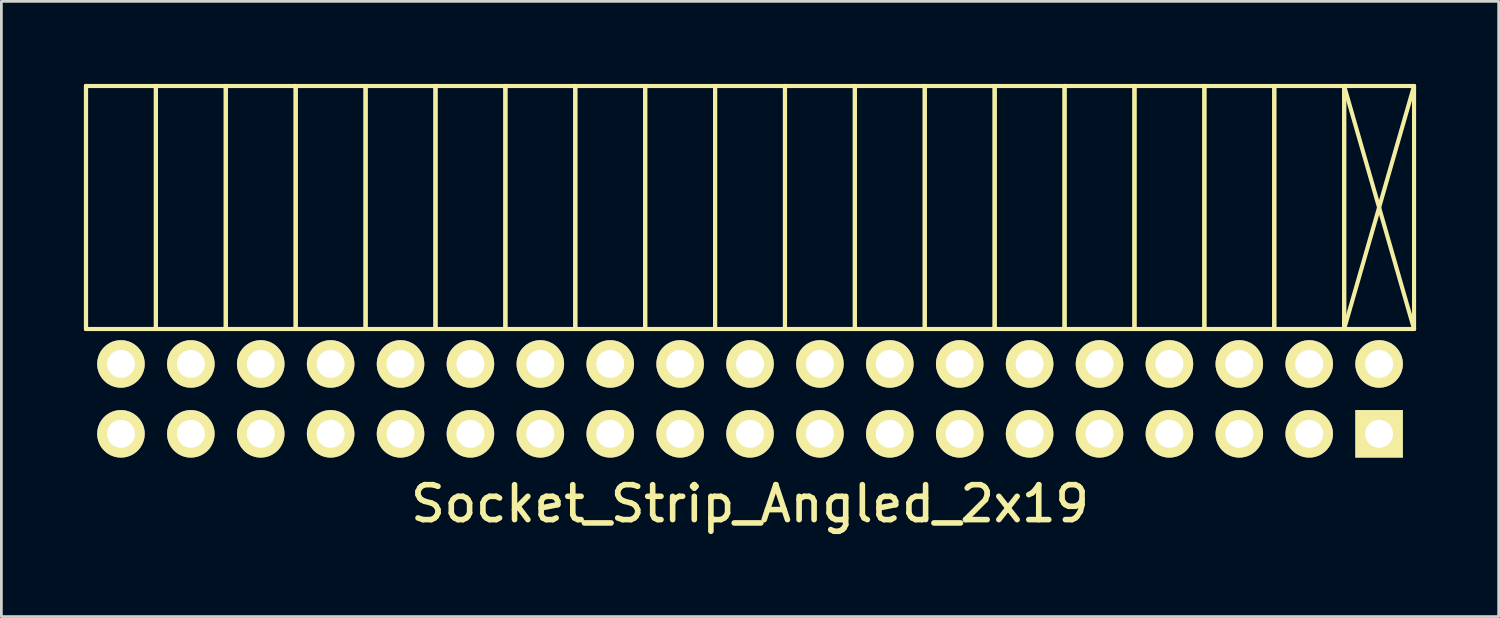
<source format=kicad_pcb>
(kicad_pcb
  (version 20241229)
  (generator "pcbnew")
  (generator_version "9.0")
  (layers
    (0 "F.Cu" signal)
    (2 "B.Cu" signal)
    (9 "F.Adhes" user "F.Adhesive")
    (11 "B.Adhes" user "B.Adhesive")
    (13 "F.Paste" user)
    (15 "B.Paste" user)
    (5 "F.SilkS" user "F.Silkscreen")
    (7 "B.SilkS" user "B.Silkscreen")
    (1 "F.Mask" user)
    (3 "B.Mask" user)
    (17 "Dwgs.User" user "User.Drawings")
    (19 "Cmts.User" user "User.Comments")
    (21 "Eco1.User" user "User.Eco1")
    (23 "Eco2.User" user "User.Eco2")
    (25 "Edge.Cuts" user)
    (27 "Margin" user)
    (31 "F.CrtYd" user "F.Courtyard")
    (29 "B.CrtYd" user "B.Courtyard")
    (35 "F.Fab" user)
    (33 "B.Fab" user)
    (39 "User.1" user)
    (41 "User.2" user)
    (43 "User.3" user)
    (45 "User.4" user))
  (footprint "Socket_Strip_Angled_2x19"
    (layer "F.Cu")
    (at 24.205 11.445)
    (property "Reference" "Socket_Strip_Angled_2x19" (at 0 3.81 0) (layer "F.SilkS") (effects (font (size 1.27 1.27) (thickness 0.203))))
    (attr through_hole)
    (fp_line (start -24.13 -11.37) (end -24.13 -2.54) (stroke (width 0.15) (type solid)) (layer "F.SilkS"))
    (fp_line (start -24.13 -2.54) (end -24.13 -11.37) (stroke (width 0.15) (type solid)) (layer "F.SilkS"))
    (fp_line (start -21.59 -11.37) (end -24.13 -11.37) (stroke (width 0.15) (type solid)) (layer "F.SilkS"))
    (fp_line (start -21.59 -11.37) (end -21.59 -2.54) (stroke (width 0.15) (type solid)) (layer "F.SilkS"))
    (fp_line (start -21.59 -2.54) (end -24.13 -2.54) (stroke (width 0.15) (type solid)) (layer "F.SilkS"))
    (fp_line (start -21.59 -2.54) (end -21.59 -11.37) (stroke (width 0.15) (type solid)) (layer "F.SilkS"))
    (fp_line (start -19.05 -11.37) (end -21.59 -11.37) (stroke (width 0.15) (type solid)) (layer "F.SilkS"))
    (fp_line (start -19.05 -11.37) (end -19.05 -2.54) (stroke (width 0.15) (type solid)) (layer "F.SilkS"))
    (fp_line (start -19.05 -2.54) (end -21.59 -2.54) (stroke (width 0.15) (type solid)) (layer "F.SilkS"))
    (fp_line (start -19.05 -2.54) (end -19.05 -11.37) (stroke (width 0.15) (type solid)) (layer "F.SilkS"))
    (fp_line (start -16.51 -11.37) (end -19.05 -11.37) (stroke (width 0.15) (type solid)) (layer "F.SilkS"))
    (fp_line (start -16.51 -11.37) (end -16.51 -2.54) (stroke (width 0.15) (type solid)) (layer "F.SilkS"))
    (fp_line (start -16.51 -2.54) (end -19.05 -2.54) (stroke (width 0.15) (type solid)) (layer "F.SilkS"))
    (fp_line (start -16.51 -2.54) (end -16.51 -11.37) (stroke (width 0.15) (type solid)) (layer "F.SilkS"))
    (fp_line (start -13.97 -11.37) (end -16.51 -11.37) (stroke (width 0.15) (type solid)) (layer "F.SilkS"))
    (fp_line (start -13.97 -11.37) (end -13.97 -2.54) (stroke (width 0.15) (type solid)) (layer "F.SilkS"))
    (fp_line (start -13.97 -2.54) (end -16.51 -2.54) (stroke (width 0.15) (type solid)) (layer "F.SilkS"))
    (fp_line (start -13.97 -2.54) (end -13.97 -11.37) (stroke (width 0.15) (type solid)) (layer "F.SilkS"))
    (fp_line (start -11.43 -11.37) (end -13.97 -11.37) (stroke (width 0.15) (type solid)) (layer "F.SilkS"))
    (fp_line (start -11.43 -11.37) (end -11.43 -2.54) (stroke (width 0.15) (type solid)) (layer "F.SilkS"))
    (fp_line (start -11.43 -2.54) (end -13.97 -2.54) (stroke (width 0.15) (type solid)) (layer "F.SilkS"))
    (fp_line (start -11.43 -2.54) (end -11.43 -11.37) (stroke (width 0.15) (type solid)) (layer "F.SilkS"))
    (fp_line (start -8.89 -11.37) (end -11.43 -11.37) (stroke (width 0.15) (type solid)) (layer "F.SilkS"))
    (fp_line (start -8.89 -11.37) (end -8.89 -2.54) (stroke (width 0.15) (type solid)) (layer "F.SilkS"))
    (fp_line (start -8.89 -2.54) (end -11.43 -2.54) (stroke (width 0.15) (type solid)) (layer "F.SilkS"))
    (fp_line (start -8.89 -2.54) (end -8.89 -11.37) (stroke (width 0.15) (type solid)) (layer "F.SilkS"))
    (fp_line (start -6.35 -11.37) (end -8.89 -11.37) (stroke (width 0.15) (type solid)) (layer "F.SilkS"))
    (fp_line (start -6.35 -11.37) (end -6.35 -2.54) (stroke (width 0.15) (type solid)) (layer "F.SilkS"))
    (fp_line (start -6.35 -2.54) (end -8.89 -2.54) (stroke (width 0.15) (type solid)) (layer "F.SilkS"))
    (fp_line (start -6.35 -2.54) (end -6.35 -11.37) (stroke (width 0.15) (type solid)) (layer "F.SilkS"))
    (fp_line (start -3.81 -11.37) (end -6.35 -11.37) (stroke (width 0.15) (type solid)) (layer "F.SilkS"))
    (fp_line (start -3.81 -11.37) (end -3.81 -2.54) (stroke (width 0.15) (type solid)) (layer "F.SilkS"))
    (fp_line (start -3.81 -2.54) (end -6.35 -2.54) (stroke (width 0.15) (type solid)) (layer "F.SilkS"))
    (fp_line (start -3.81 -2.54) (end -3.81 -11.37) (stroke (width 0.15) (type solid)) (layer "F.SilkS"))
    (fp_line (start -1.27 -11.37) (end -3.81 -11.37) (stroke (width 0.15) (type solid)) (layer "F.SilkS"))
    (fp_line (start -1.27 -11.37) (end -1.27 -2.54) (stroke (width 0.15) (type solid)) (layer "F.SilkS"))
    (fp_line (start -1.27 -2.54) (end -3.81 -2.54) (stroke (width 0.15) (type solid)) (layer "F.SilkS"))
    (fp_line (start -1.27 -2.54) (end -1.27 -11.37) (stroke (width 0.15) (type solid)) (layer "F.SilkS"))
    (fp_line (start 1.27 -11.37) (end -1.27 -11.37) (stroke (width 0.15) (type solid)) (layer "F.SilkS"))
    (fp_line (start 1.27 -11.37) (end 1.27 -2.54) (stroke (width 0.15) (type solid)) (layer "F.SilkS"))
    (fp_line (start 1.27 -2.54) (end -1.27 -2.54) (stroke (width 0.15) (type solid)) (layer "F.SilkS"))
    (fp_line (start 1.27 -2.54) (end 1.27 -11.37) (stroke (width 0.15) (type solid)) (layer "F.SilkS"))
    (fp_line (start 3.81 -11.37) (end 1.27 -11.37) (stroke (width 0.15) (type solid)) (layer "F.SilkS"))
    (fp_line (start 3.81 -11.37) (end 3.81 -2.54) (stroke (width 0.15) (type solid)) (layer "F.SilkS"))
    (fp_line (start 3.81 -2.54) (end 1.27 -2.54) (stroke (width 0.15) (type solid)) (layer "F.SilkS"))
    (fp_line (start 3.81 -2.54) (end 3.81 -11.37) (stroke (width 0.15) (type solid)) (layer "F.SilkS"))
    (fp_line (start 6.35 -11.37) (end 3.81 -11.37) (stroke (width 0.15) (type solid)) (layer "F.SilkS"))
    (fp_line (start 6.35 -11.37) (end 6.35 -2.54) (stroke (width 0.15) (type solid)) (layer "F.SilkS"))
    (fp_line (start 6.35 -2.54) (end 3.81 -2.54) (stroke (width 0.15) (type solid)) (layer "F.SilkS"))
    (fp_line (start 6.35 -2.54) (end 6.35 -11.37) (stroke (width 0.15) (type solid)) (layer "F.SilkS"))
    (fp_line (start 8.89 -11.37) (end 6.35 -11.37) (stroke (width 0.15) (type solid)) (layer "F.SilkS"))
    (fp_line (start 8.89 -11.37) (end 8.89 -2.54) (stroke (width 0.15) (type solid)) (layer "F.SilkS"))
    (fp_line (start 8.89 -2.54) (end 6.35 -2.54) (stroke (width 0.15) (type solid)) (layer "F.SilkS"))
    (fp_line (start 8.89 -2.54) (end 8.89 -11.37) (stroke (width 0.15) (type solid)) (layer "F.SilkS"))
    (fp_line (start 11.43 -11.37) (end 8.89 -11.37) (stroke (width 0.15) (type solid)) (layer "F.SilkS"))
    (fp_line (start 11.43 -11.37) (end 11.43 -2.54) (stroke (width 0.15) (type solid)) (layer "F.SilkS"))
    (fp_line (start 11.43 -2.54) (end 8.89 -2.54) (stroke (width 0.15) (type solid)) (layer "F.SilkS"))
    (fp_line (start 11.43 -2.54) (end 11.43 -11.37) (stroke (width 0.15) (type solid)) (layer "F.SilkS"))
    (fp_line (start 13.97 -11.37) (end 11.43 -11.37) (stroke (width 0.15) (type solid)) (layer "F.SilkS"))
    (fp_line (start 13.97 -11.37) (end 13.97 -2.54) (stroke (width 0.15) (type solid)) (layer "F.SilkS"))
    (fp_line (start 13.97 -2.54) (end 11.43 -2.54) (stroke (width 0.15) (type solid)) (layer "F.SilkS"))
    (fp_line (start 13.97 -2.54) (end 13.97 -11.37) (stroke (width 0.15) (type solid)) (layer "F.SilkS"))
    (fp_line (start 16.51 -11.37) (end 13.97 -11.37) (stroke (width 0.15) (type solid)) (layer "F.SilkS"))
    (fp_line (start 16.51 -11.37) (end 16.51 -2.54) (stroke (width 0.15) (type solid)) (layer "F.SilkS"))
    (fp_line (start 16.51 -2.54) (end 13.97 -2.54) (stroke (width 0.15) (type solid)) (layer "F.SilkS"))
    (fp_line (start 16.51 -2.54) (end 16.51 -11.37) (stroke (width 0.15) (type solid)) (layer "F.SilkS"))
    (fp_line (start 19.05 -11.37) (end 16.51 -11.37) (stroke (width 0.15) (type solid)) (layer "F.SilkS"))
    (fp_line (start 19.05 -11.37) (end 19.05 -2.54) (stroke (width 0.15) (type solid)) (layer "F.SilkS"))
    (fp_line (start 19.05 -2.54) (end 16.51 -2.54) (stroke (width 0.15) (type solid)) (layer "F.SilkS"))
    (fp_line (start 19.05 -2.54) (end 19.05 -11.37) (stroke (width 0.15) (type solid)) (layer "F.SilkS"))
    (fp_line (start 21.59 -11.37) (end 19.05 -11.37) (stroke (width 0.15) (type solid)) (layer "F.SilkS"))
    (fp_line (start 21.59 -11.37) (end 21.59 -2.54) (stroke (width 0.15) (type solid)) (layer "F.SilkS"))
    (fp_line (start 21.59 -2.54) (end 19.05 -2.54) (stroke (width 0.15) (type solid)) (layer "F.SilkS"))
    (fp_line (start 21.59 -2.54) (end 21.59 -11.37) (stroke (width 0.15) (type solid)) (layer "F.SilkS"))
    (fp_line (start 24.13 -11.37) (end 21.59 -11.37) (stroke (width 0.15) (type solid)) (layer "F.SilkS"))
    (fp_line (start 24.13 -11.37) (end 21.59 -2.54) (stroke (width 0.15) (type solid)) (layer "F.SilkS"))
    (fp_line (start 24.13 -2.54) (end 21.59 -11.37) (stroke (width 0.15) (type solid)) (layer "F.SilkS"))
    (fp_line (start 24.13 -2.54) (end 21.59 -2.54) (stroke (width 0.15) (type solid)) (layer "F.SilkS"))
    (fp_line (start 24.13 -2.54) (end 24.13 -11.37) (stroke (width 0.15) (type solid)) (layer "F.SilkS"))
    (pad "1" thru_hole rect (at 22.86 1.27 180) (size 1.727 1.727) (drill 1.016) (layers "*.Cu" "*.Mask" "F.SilkS"))
    (pad "2" thru_hole oval (at 22.86 -1.27 180) (size 1.727 1.727) (drill 1.016) (layers "*.Cu" "*.Mask" "F.SilkS"))
    (pad "3" thru_hole oval (at 20.32 1.27 180) (size 1.727 1.727) (drill 1.016) (layers "*.Cu" "*.Mask" "F.SilkS"))
    (pad "4" thru_hole oval (at 20.32 -1.27 180) (size 1.727 1.727) (drill 1.016) (layers "*.Cu" "*.Mask" "F.SilkS"))
    (pad "5" thru_hole oval (at 17.78 1.27 180) (size 1.727 1.727) (drill 1.016) (layers "*.Cu" "*.Mask" "F.SilkS"))
    (pad "6" thru_hole oval (at 17.78 -1.27 180) (size 1.727 1.727) (drill 1.016) (layers "*.Cu" "*.Mask" "F.SilkS"))
    (pad "7" thru_hole oval (at 15.24 1.27 180) (size 1.727 1.727) (drill 1.016) (layers "*.Cu" "*.Mask" "F.SilkS"))
    (pad "8" thru_hole oval (at 15.24 -1.27 180) (size 1.727 1.727) (drill 1.016) (layers "*.Cu" "*.Mask" "F.SilkS"))
    (pad "9" thru_hole oval (at 12.7 1.27 180) (size 1.727 1.727) (drill 1.016) (layers "*.Cu" "*.Mask" "F.SilkS"))
    (pad "10" thru_hole oval (at 12.7 -1.27 180) (size 1.727 1.727) (drill 1.016) (layers "*.Cu" "*.Mask" "F.SilkS"))
    (pad "11" thru_hole oval (at 10.16 1.27 180) (size 1.727 1.727) (drill 1.016) (layers "*.Cu" "*.Mask" "F.SilkS"))
    (pad "12" thru_hole oval (at 10.16 -1.27 180) (size 1.727 1.727) (drill 1.016) (layers "*.Cu" "*.Mask" "F.SilkS"))
    (pad "13" thru_hole oval (at 7.62 1.27 180) (size 1.727 1.727) (drill 1.016) (layers "*.Cu" "*.Mask" "F.SilkS"))
    (pad "14" thru_hole oval (at 7.62 -1.27 180) (size 1.727 1.727) (drill 1.016) (layers "*.Cu" "*.Mask" "F.SilkS"))
    (pad "15" thru_hole oval (at 5.08 1.27 180) (size 1.727 1.727) (drill 1.016) (layers "*.Cu" "*.Mask" "F.SilkS"))
    (pad "16" thru_hole oval (at 5.08 -1.27 180) (size 1.727 1.727) (drill 1.016) (layers "*.Cu" "*.Mask" "F.SilkS"))
    (pad "17" thru_hole oval (at 2.54 1.27 180) (size 1.727 1.727) (drill 1.016) (layers "*.Cu" "*.Mask" "F.SilkS"))
    (pad "18" thru_hole oval (at 2.54 -1.27 180) (size 1.727 1.727) (drill 1.016) (layers "*.Cu" "*.Mask" "F.SilkS"))
    (pad "19" thru_hole oval (at 0 1.27 180) (size 1.727 1.727) (drill 1.016) (layers "*.Cu" "*.Mask" "F.SilkS"))
    (pad "20" thru_hole oval (at 0 -1.27 180) (size 1.727 1.727) (drill 1.016) (layers "*.Cu" "*.Mask" "F.SilkS"))
    (pad "21" thru_hole oval (at -2.54 1.27 180) (size 1.727 1.727) (drill 1.016) (layers "*.Cu" "*.Mask" "F.SilkS"))
    (pad "22" thru_hole oval (at -2.54 -1.27 180) (size 1.727 1.727) (drill 1.016) (layers "*.Cu" "*.Mask" "F.SilkS"))
    (pad "23" thru_hole oval (at -5.08 1.27 180) (size 1.727 1.727) (drill 1.016) (layers "*.Cu" "*.Mask" "F.SilkS"))
    (pad "24" thru_hole oval (at -5.08 -1.27 180) (size 1.727 1.727) (drill 1.016) (layers "*.Cu" "*.Mask" "F.SilkS"))
    (pad "25" thru_hole oval (at -7.62 1.27 180) (size 1.727 1.727) (drill 1.016) (layers "*.Cu" "*.Mask" "F.SilkS"))
    (pad "26" thru_hole oval (at -7.62 -1.27 180) (size 1.727 1.727) (drill 1.016) (layers "*.Cu" "*.Mask" "F.SilkS"))
    (pad "27" thru_hole oval (at -10.16 1.27 180) (size 1.727 1.727) (drill 1.016) (layers "*.Cu" "*.Mask" "F.SilkS"))
    (pad "28" thru_hole oval (at -10.16 -1.27 180) (size 1.727 1.727) (drill 1.016) (layers "*.Cu" "*.Mask" "F.SilkS"))
    (pad "29" thru_hole oval (at -12.7 1.27 180) (size 1.727 1.727) (drill 1.016) (layers "*.Cu" "*.Mask" "F.SilkS"))
    (pad "30" thru_hole oval (at -12.7 -1.27 180) (size 1.727 1.727) (drill 1.016) (layers "*.Cu" "*.Mask" "F.SilkS"))
    (pad "31" thru_hole oval (at -15.24 1.27 180) (size 1.727 1.727) (drill 1.016) (layers "*.Cu" "*.Mask" "F.SilkS"))
    (pad "32" thru_hole oval (at -15.24 -1.27 180) (size 1.727 1.727) (drill 1.016) (layers "*.Cu" "*.Mask" "F.SilkS"))
    (pad "33" thru_hole oval (at -17.78 1.27 180) (size 1.727 1.727) (drill 1.016) (layers "*.Cu" "*.Mask" "F.SilkS"))
    (pad "34" thru_hole oval (at -17.78 -1.27 180) (size 1.727 1.727) (drill 1.016) (layers "*.Cu" "*.Mask" "F.SilkS"))
    (pad "35" thru_hole oval (at -20.32 1.27 180) (size 1.727 1.727) (drill 1.016) (layers "*.Cu" "*.Mask" "F.SilkS"))
    (pad "36" thru_hole oval (at -20.32 -1.27 180) (size 1.727 1.727) (drill 1.016) (layers "*.Cu" "*.Mask" "F.SilkS"))
    (pad "37" thru_hole oval (at -22.86 1.27 180) (size 1.727 1.727) (drill 1.016) (layers "*.Cu" "*.Mask" "F.SilkS"))
    (pad "38" thru_hole oval (at -22.86 -1.27 180) (size 1.727 1.727) (drill 1.016) (layers "*.Cu" "*.Mask" "F.SilkS")))
  (gr_rect
    (start -3 -3)
    (end 51.41 19.355)
    (stroke (width 0.1) (type default))
    (fill no)
    (layer "Edge.Cuts")))
</source>
